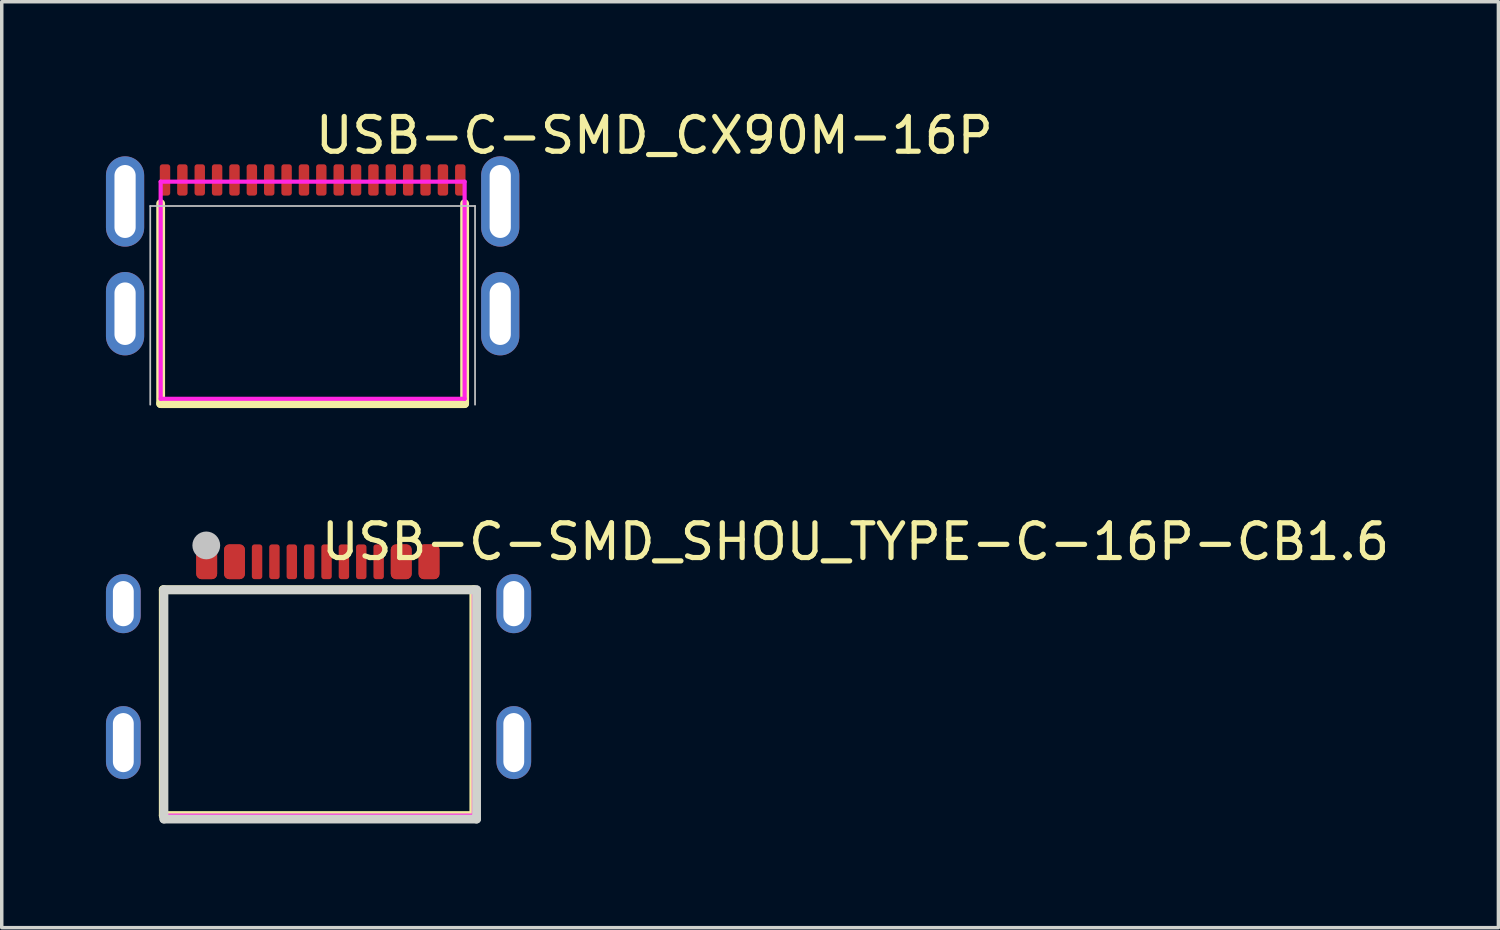
<source format=kicad_pcb>
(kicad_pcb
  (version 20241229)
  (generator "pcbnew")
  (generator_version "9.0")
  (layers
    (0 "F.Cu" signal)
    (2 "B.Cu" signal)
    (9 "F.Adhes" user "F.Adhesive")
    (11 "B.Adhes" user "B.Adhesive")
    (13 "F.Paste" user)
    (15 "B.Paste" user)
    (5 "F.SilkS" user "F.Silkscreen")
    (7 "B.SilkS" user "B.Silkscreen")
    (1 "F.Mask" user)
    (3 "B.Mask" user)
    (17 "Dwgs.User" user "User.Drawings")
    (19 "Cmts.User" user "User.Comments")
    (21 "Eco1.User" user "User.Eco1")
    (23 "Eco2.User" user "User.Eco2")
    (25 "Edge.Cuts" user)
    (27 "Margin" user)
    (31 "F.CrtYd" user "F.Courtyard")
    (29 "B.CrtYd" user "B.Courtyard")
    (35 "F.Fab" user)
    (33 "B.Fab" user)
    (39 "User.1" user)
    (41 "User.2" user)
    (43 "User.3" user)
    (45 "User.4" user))
  (footprint "USB-C-SMD_CX90M-16P"
    (layer "F.Cu")
    (at 5.95 4.055)
    (property "Reference" "USB-C-SMD_CX90M-16P" (at 0 -3.207 0) (layer "F.SilkS") (effects (font (size 1 1) (thickness 0.15)) (justify left)))
    (attr smd)
    (fp_line (start -4.375 -1.244) (end -4.375 4.514) (stroke (width 0.254) (type solid)) (layer "F.SilkS"))
    (fp_line (start -4.375 4.514) (end 4.375 4.514) (stroke (width 0.254) (type solid)) (layer "F.SilkS"))
    (fp_line (start 4.375 4.514) (end 4.375 -1.244) (stroke (width 0.254) (type solid)) (layer "F.SilkS"))
    (fp_line (start -4.675 -1.175) (end 4.675 -1.175) (stroke (width 0.05) (type solid)) (layer "Dwgs.User"))
    (fp_line (start -4.675 4.545) (end -4.675 -1.175) (stroke (width 0.05) (type solid)) (layer "Dwgs.User"))
    (fp_line (start 4.675 4.545) (end 4.675 -1.175) (stroke (width 0.05) (type solid)) (layer "Dwgs.User"))
    (fp_line (start -4.375 -1.875) (end 4.375 -1.875) (stroke (width 0.12) (type solid)) (layer "F.CrtYd"))
    (fp_line (start -4.375 4.375) (end -4.375 -1.875) (stroke (width 0.12) (type solid)) (layer "F.CrtYd"))
    (fp_line (start 4.375 -1.875) (end 4.375 4.375) (stroke (width 0.12) (type solid)) (layer "F.CrtYd"))
    (fp_line (start 4.375 4.375) (end -4.375 4.375) (stroke (width 0.12) (type solid)) (layer "F.CrtYd"))
    (pad "A1" smd roundrect (at -3.75 -1.925) (size 0.3 0.9) (layers "F.Cu" "F.Mask" "F.Paste") (roundrect_rratio 0.25))
    (pad "A4" smd roundrect (at -2.75 -1.925) (size 0.3 0.9) (layers "F.Cu" "F.Mask" "F.Paste") (roundrect_rratio 0.25))
    (pad "A5" smd roundrect (at -1.75 -1.925) (size 0.3 0.9) (layers "F.Cu" "F.Mask" "F.Paste") (roundrect_rratio 0.25))
    (pad "A6" smd roundrect (at -0.75 -1.925) (size 0.3 0.9) (layers "F.Cu" "F.Mask" "F.Paste") (roundrect_rratio 0.25))
    (pad "A7" smd roundrect (at 0.75 -1.925) (size 0.3 0.9) (layers "F.Cu" "F.Mask" "F.Paste") (roundrect_rratio 0.25))
    (pad "A8" smd roundrect (at 1.75 -1.925) (size 0.3 0.9) (layers "F.Cu" "F.Mask" "F.Paste") (roundrect_rratio 0.25))
    (pad "A9" smd roundrect (at 2.75 -1.925) (size 0.3 0.9) (layers "F.Cu" "F.Mask" "F.Paste") (roundrect_rratio 0.25))
    (pad "A12" smd roundrect (at 3.75 -1.925) (size 0.3 0.9) (layers "F.Cu" "F.Mask" "F.Paste") (roundrect_rratio 0.25))
    (pad "B1" smd roundrect (at 3.25 -1.925) (size 0.3 0.9) (layers "F.Cu" "F.Mask" "F.Paste") (roundrect_rratio 0.25))
    (pad "B4" smd roundrect (at 2.25 -1.925) (size 0.3 0.9) (layers "F.Cu" "F.Mask" "F.Paste") (roundrect_rratio 0.25))
    (pad "B5" smd roundrect (at 1.25 -1.925) (size 0.3 0.9) (layers "F.Cu" "F.Mask" "F.Paste") (roundrect_rratio 0.25))
    (pad "B6" smd roundrect (at 0.25 -1.925) (size 0.3 0.9) (layers "F.Cu" "F.Mask" "F.Paste") (roundrect_rratio 0.25))
    (pad "B7" smd roundrect (at -0.25 -1.925) (size 0.3 0.9) (layers "F.Cu" "F.Mask" "F.Paste") (roundrect_rratio 0.25))
    (pad "B8" smd roundrect (at -1.25 -1.925) (size 0.3 0.9) (layers "F.Cu" "F.Mask" "F.Paste") (roundrect_rratio 0.25))
    (pad "B9" smd roundrect (at -2.25 -1.925) (size 0.3 0.9) (layers "F.Cu" "F.Mask" "F.Paste") (roundrect_rratio 0.25))
    (pad "B12" smd roundrect (at -3.25 -1.925) (size 0.3 0.9) (layers "F.Cu" "F.Mask" "F.Paste") (roundrect_rratio 0.25))
    (pad "S1" thru_hole oval (at -5.4 -1.305) (size 1.1 2.6) (drill oval 0.61 2.1) (layers "*.Cu" "*.Paste" "*.Mask"))
    (pad "S1" thru_hole oval (at -5.4 1.925) (size 1.1 2.4) (drill oval 0.61 1.8) (layers "*.Cu" "*.Paste" "*.Mask"))
    (pad "S1" smd roundrect (at -4.25 -1.925) (size 0.3 0.9) (layers "F.Cu" "F.Mask" "F.Paste") (roundrect_rratio 0.25))
    (pad "S1" smd roundrect (at 4.25 -1.925) (size 0.3 0.9) (layers "F.Cu" "F.Mask" "F.Paste") (roundrect_rratio 0.25))
    (pad "S1" thru_hole oval (at 5.4 -1.305) (size 1.1 2.6) (drill oval 0.61 2.1) (layers "*.Cu" "*.Paste" "*.Mask"))
    (pad "S1" thru_hole oval (at 5.4 1.925) (size 1.1 2.4) (drill oval 0.61 1.8) (layers "*.Cu" "*.Paste" "*.Mask")))
  (footprint "USB-C-SMD_SHOU_TYPE-C-16P-CB1.6"
    (layer "F.Cu")
    (at 6.12 15.752)
    (property "Reference" "USB-C-SMD_SHOU_TYPE-C-16P-CB1.6" (at 0 -3.207 0) (layer "F.SilkS") (effects (font (size 1 1) (thickness 0.15)) (justify left)))
    (attr through_hole)
    (fp_line (start -4.47 -1.825) (end 4.47 -1.825) (stroke (width 0.254) (type solid)) (layer "F.SilkS"))
    (fp_line (start -4.47 4.675) (end -4.47 -1.825) (stroke (width 0.254) (type solid)) (layer "F.SilkS"))
    (fp_line (start -4.47 4.675) (end 4.47 4.675) (stroke (width 0.254) (type solid)) (layer "F.SilkS"))
    (fp_line (start 4.47 4.675) (end 4.47 -1.825) (stroke (width 0.254) (type solid)) (layer "F.SilkS"))
    (fp_circle (center -3.232 -3.101) (end -3.032 -3.101) (stroke (width 0.4) (type solid)) (fill no) (layer "Dwgs.User"))
    (fp_line (start -4.451 -1.824) (end 4.549 -1.824) (stroke (width 0.254) (type solid)) (layer "Edge.Cuts"))
    (fp_line (start -4.451 4.776) (end -4.451 -1.824) (stroke (width 0.254) (type solid)) (layer "Edge.Cuts"))
    (fp_line (start -4.451 4.776) (end 4.549 4.776) (stroke (width 0.254) (type default)) (layer "Edge.Cuts"))
    (fp_line (start 4.549 4.776) (end 4.549 -1.824) (stroke (width 0.254) (type solid)) (layer "Edge.Cuts"))
    (fp_line (start -4.47 -1.824) (end 4.47 -1.824) (stroke (width 0.12) (type solid)) (layer "F.CrtYd"))
    (fp_line (start -4.47 4.676) (end -4.47 -1.824) (stroke (width 0.12) (type solid)) (layer "F.CrtYd"))
    (fp_line (start 4.47 -1.824) (end 4.47 4.676) (stroke (width 0.12) (type solid)) (layer "F.CrtYd"))
    (fp_line (start 4.47 4.676) (end -4.47 4.676) (stroke (width 0.12) (type solid)) (layer "F.CrtYd"))
    (pad "A1" smd roundrect (at -3.22 -2.63) (size 0.6 1) (layers "F.Cu" "F.Mask" "F.Paste") (roundrect_rratio 0.25))
    (pad "A4" smd roundrect (at -2.42 -2.63) (size 0.6 1) (layers "F.Cu" "F.Mask" "F.Paste") (roundrect_rratio 0.25))
    (pad "A5" smd roundrect (at -1.27 -2.63) (size 0.3 1) (layers "F.Cu" "F.Mask" "F.Paste") (roundrect_rratio 0.25))
    (pad "A6" smd roundrect (at -0.27 -2.63) (size 0.3 1) (layers "F.Cu" "F.Mask" "F.Paste") (roundrect_rratio 0.25))
    (pad "A7" smd roundrect (at 0.23 -2.63) (size 0.3 1) (layers "F.Cu" "F.Mask" "F.Paste") (roundrect_rratio 0.25))
    (pad "A8" smd roundrect (at 1.23 -2.63) (size 0.3 1) (layers "F.Cu" "F.Mask" "F.Paste") (roundrect_rratio 0.25))
    (pad "A9" smd roundrect (at 2.38 -2.63) (size 0.6 1) (layers "F.Cu" "F.Mask" "F.Paste") (roundrect_rratio 0.25))
    (pad "A12" smd roundrect (at 3.18 -2.63) (size 0.6 1) (layers "F.Cu" "F.Mask" "F.Paste") (roundrect_rratio 0.25))
    (pad "B1" smd roundrect (at 3.18 -2.63) (size 0.6 1) (layers "F.Cu" "F.Mask" "F.Paste") (roundrect_rratio 0.25))
    (pad "B4" smd roundrect (at 2.38 -2.63) (size 0.6 1) (layers "F.Cu" "F.Mask" "F.Paste") (roundrect_rratio 0.25))
    (pad "B5" smd roundrect (at 1.73 -2.63) (size 0.3 1) (layers "F.Cu" "F.Mask" "F.Paste") (roundrect_rratio 0.25))
    (pad "B6" smd roundrect (at 0.73 -2.63) (size 0.3 1) (layers "F.Cu" "F.Mask" "F.Paste") (roundrect_rratio 0.25))
    (pad "B7" smd roundrect (at -0.77 -2.63) (size 0.3 1) (layers "F.Cu" "F.Mask" "F.Paste") (roundrect_rratio 0.25))
    (pad "B8" smd roundrect (at -1.77 -2.63) (size 0.3 1) (layers "F.Cu" "F.Mask" "F.Paste") (roundrect_rratio 0.25))
    (pad "B9" smd roundrect (at -2.42 -2.63) (size 0.6 1) (layers "F.Cu" "F.Mask" "F.Paste") (roundrect_rratio 0.25))
    (pad "B12" smd roundrect (at -3.22 -2.63) (size 0.6 1) (layers "F.Cu" "F.Mask" "F.Paste") (roundrect_rratio 0.25))
    (pad "S1" thru_hole oval (at -5.62 -1.425) (size 1 1.7) (drill oval 0.6 1.3) (layers "*.Cu" "*.Mask"))
    (pad "S1" thru_hole oval (at -5.62 2.575) (size 1 2.1) (drill oval 0.6 1.7) (layers "*.Cu" "*.Mask"))
    (pad "S1" thru_hole oval (at 5.62 -1.425) (size 1 1.7) (drill oval 0.6 1.3) (layers "*.Cu" "*.Mask"))
    (pad "S1" thru_hole oval (at 5.62 2.575) (size 1 2.1) (drill oval 0.6 1.7) (layers "*.Cu" "*.Mask")))
  (gr_rect
    (start -3 -3)
    (end 40.084 23.654)
    (stroke (width 0.1) (type default))
    (fill no)
    (layer "Edge.Cuts")))
</source>
